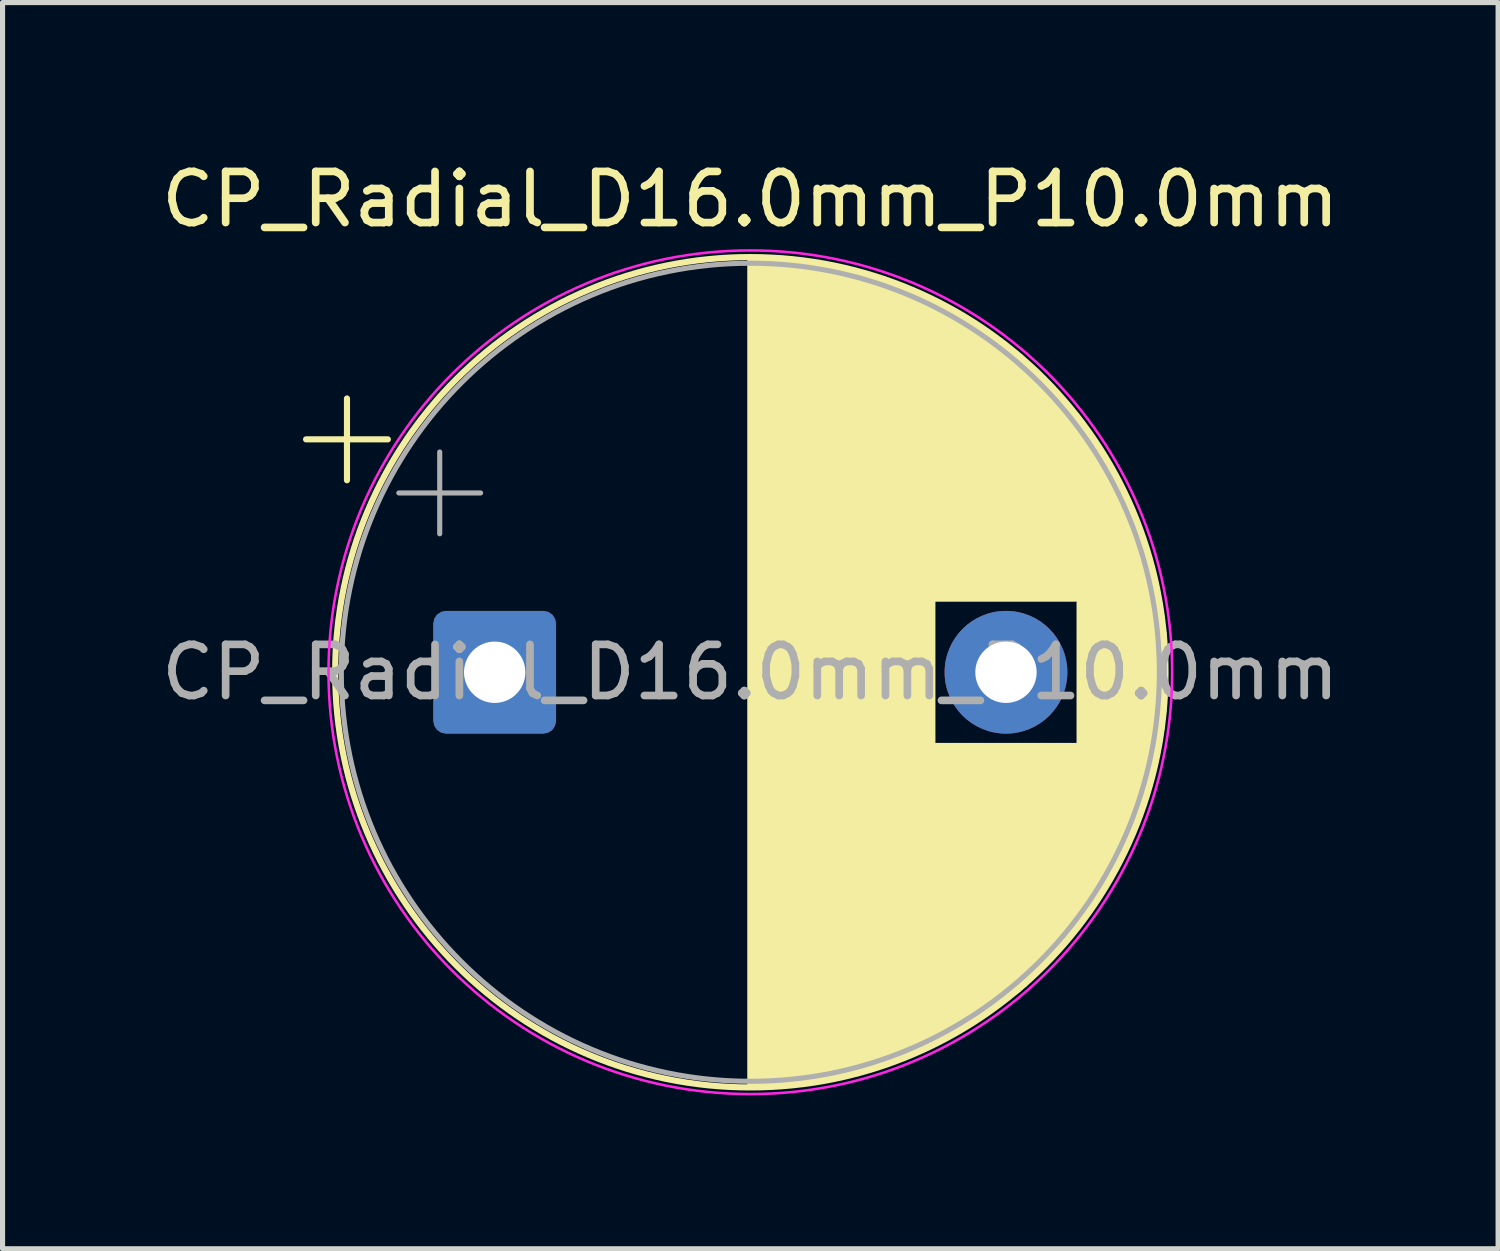
<source format=kicad_pcb>
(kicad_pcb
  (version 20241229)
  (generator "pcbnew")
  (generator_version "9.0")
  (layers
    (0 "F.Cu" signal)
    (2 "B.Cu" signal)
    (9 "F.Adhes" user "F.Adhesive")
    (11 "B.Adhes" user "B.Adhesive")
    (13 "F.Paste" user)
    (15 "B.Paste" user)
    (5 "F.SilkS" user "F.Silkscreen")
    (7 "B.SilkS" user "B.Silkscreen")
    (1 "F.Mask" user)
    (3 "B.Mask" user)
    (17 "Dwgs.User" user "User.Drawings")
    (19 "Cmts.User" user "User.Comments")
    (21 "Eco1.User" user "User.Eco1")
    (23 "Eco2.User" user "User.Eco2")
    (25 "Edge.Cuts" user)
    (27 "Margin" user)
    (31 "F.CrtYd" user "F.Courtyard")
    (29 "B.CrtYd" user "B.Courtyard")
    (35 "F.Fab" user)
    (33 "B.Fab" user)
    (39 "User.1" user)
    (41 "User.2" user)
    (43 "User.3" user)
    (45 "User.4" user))
  (footprint "CP_Radial_D16.0mm_P10.0mm"
    (layer "F.Cu")
    (at 7.875 10.098)
    (property "Reference" "CP_Radial_D16.0mm_P10.0mm" (at 3.75 -9.25 0) (layer "F.SilkS") (effects (font (size 1 1) (thickness 0.15))))
    (attr through_hole)
    (fp_line (start -4.939 -4.555) (end -3.339 -4.555) (stroke (width 0.12) (type solid)) (layer "F.SilkS"))
    (fp_line (start -4.139 -5.355) (end -4.139 -3.755) (stroke (width 0.12) (type solid)) (layer "F.SilkS"))
    (fp_line (start 3.75 -8.08) (end 3.75 8.08) (stroke (width 0.12) (type solid)) (layer "F.SilkS"))
    (fp_line (start 3.79 -8.08) (end 3.79 8.08) (stroke (width 0.12) (type solid)) (layer "F.SilkS"))
    (fp_line (start 3.83 -8.08) (end 3.83 8.08) (stroke (width 0.12) (type solid)) (layer "F.SilkS"))
    (fp_line (start 3.87 -8.079) (end 3.87 8.079) (stroke (width 0.12) (type solid)) (layer "F.SilkS"))
    (fp_line (start 3.91 -8.078) (end 3.91 8.078) (stroke (width 0.12) (type solid)) (layer "F.SilkS"))
    (fp_line (start 3.95 -8.078) (end 3.95 8.078) (stroke (width 0.12) (type solid)) (layer "F.SilkS"))
    (fp_line (start 3.99 -8.076) (end 3.99 8.076) (stroke (width 0.12) (type solid)) (layer "F.SilkS"))
    (fp_line (start 4.03 -8.075) (end 4.03 8.075) (stroke (width 0.12) (type solid)) (layer "F.SilkS"))
    (fp_line (start 4.07 -8.074) (end 4.07 8.074) (stroke (width 0.12) (type solid)) (layer "F.SilkS"))
    (fp_line (start 4.11 -8.072) (end 4.11 8.072) (stroke (width 0.12) (type solid)) (layer "F.SilkS"))
    (fp_line (start 4.15 -8.07) (end 4.15 8.07) (stroke (width 0.12) (type solid)) (layer "F.SilkS"))
    (fp_line (start 4.19 -8.068) (end 4.19 8.068) (stroke (width 0.12) (type solid)) (layer "F.SilkS"))
    (fp_line (start 4.23 -8.066) (end 4.23 8.066) (stroke (width 0.12) (type solid)) (layer "F.SilkS"))
    (fp_line (start 4.27 -8.063) (end 4.27 8.063) (stroke (width 0.12) (type solid)) (layer "F.SilkS"))
    (fp_line (start 4.31 -8.061) (end 4.31 8.061) (stroke (width 0.12) (type solid)) (layer "F.SilkS"))
    (fp_line (start 4.35 -8.058) (end 4.35 8.058) (stroke (width 0.12) (type solid)) (layer "F.SilkS"))
    (fp_line (start 4.39 -8.055) (end 4.39 8.055) (stroke (width 0.12) (type solid)) (layer "F.SilkS"))
    (fp_line (start 4.43 -8.051) (end 4.43 8.051) (stroke (width 0.12) (type solid)) (layer "F.SilkS"))
    (fp_line (start 4.47 -8.048) (end 4.47 8.048) (stroke (width 0.12) (type solid)) (layer "F.SilkS"))
    (fp_line (start 4.51 -8.044) (end 4.51 8.044) (stroke (width 0.12) (type solid)) (layer "F.SilkS"))
    (fp_line (start 4.55 -8.04) (end 4.55 8.04) (stroke (width 0.12) (type solid)) (layer "F.SilkS"))
    (fp_line (start 4.59 -8.036) (end 4.59 8.036) (stroke (width 0.12) (type solid)) (layer "F.SilkS"))
    (fp_line (start 4.63 -8.032) (end 4.63 8.032) (stroke (width 0.12) (type solid)) (layer "F.SilkS"))
    (fp_line (start 4.67 -8.028) (end 4.67 8.028) (stroke (width 0.12) (type solid)) (layer "F.SilkS"))
    (fp_line (start 4.71 -8.023) (end 4.71 8.023) (stroke (width 0.12) (type solid)) (layer "F.SilkS"))
    (fp_line (start 4.75 -8.018) (end 4.75 8.018) (stroke (width 0.12) (type solid)) (layer "F.SilkS"))
    (fp_line (start 4.79 -8.013) (end 4.79 8.013) (stroke (width 0.12) (type solid)) (layer "F.SilkS"))
    (fp_line (start 4.83 -8.008) (end 4.83 8.008) (stroke (width 0.12) (type solid)) (layer "F.SilkS"))
    (fp_line (start 4.87 -8.002) (end 4.87 8.002) (stroke (width 0.12) (type solid)) (layer "F.SilkS"))
    (fp_line (start 4.91 -7.997) (end 4.91 7.997) (stroke (width 0.12) (type solid)) (layer "F.SilkS"))
    (fp_line (start 4.95 -7.991) (end 4.95 7.991) (stroke (width 0.12) (type solid)) (layer "F.SilkS"))
    (fp_line (start 4.99 -7.985) (end 4.99 7.985) (stroke (width 0.12) (type solid)) (layer "F.SilkS"))
    (fp_line (start 5.03 -7.978) (end 5.03 7.978) (stroke (width 0.12) (type solid)) (layer "F.SilkS"))
    (fp_line (start 5.07 -7.972) (end 5.07 7.972) (stroke (width 0.12) (type solid)) (layer "F.SilkS"))
    (fp_line (start 5.11 -7.965) (end 5.11 7.965) (stroke (width 0.12) (type solid)) (layer "F.SilkS"))
    (fp_line (start 5.15 -7.958) (end 5.15 7.958) (stroke (width 0.12) (type solid)) (layer "F.SilkS"))
    (fp_line (start 5.19 -7.951) (end 5.19 7.951) (stroke (width 0.12) (type solid)) (layer "F.SilkS"))
    (fp_line (start 5.23 -7.944) (end 5.23 7.944) (stroke (width 0.12) (type solid)) (layer "F.SilkS"))
    (fp_line (start 5.27 -7.936) (end 5.27 7.936) (stroke (width 0.12) (type solid)) (layer "F.SilkS"))
    (fp_line (start 5.31 -7.929) (end 5.31 7.929) (stroke (width 0.12) (type solid)) (layer "F.SilkS"))
    (fp_line (start 5.35 -7.921) (end 5.35 7.921) (stroke (width 0.12) (type solid)) (layer "F.SilkS"))
    (fp_line (start 5.39 -7.913) (end 5.39 7.913) (stroke (width 0.12) (type solid)) (layer "F.SilkS"))
    (fp_line (start 5.43 -7.904) (end 5.43 7.904) (stroke (width 0.12) (type solid)) (layer "F.SilkS"))
    (fp_line (start 5.47 -7.896) (end 5.47 7.896) (stroke (width 0.12) (type solid)) (layer "F.SilkS"))
    (fp_line (start 5.51 -7.887) (end 5.51 7.887) (stroke (width 0.12) (type solid)) (layer "F.SilkS"))
    (fp_line (start 5.55 -7.878) (end 5.55 7.878) (stroke (width 0.12) (type solid)) (layer "F.SilkS"))
    (fp_line (start 5.59 -7.869) (end 5.59 7.869) (stroke (width 0.12) (type solid)) (layer "F.SilkS"))
    (fp_line (start 5.63 -7.859) (end 5.63 7.859) (stroke (width 0.12) (type solid)) (layer "F.SilkS"))
    (fp_line (start 5.67 -7.85) (end 5.67 7.85) (stroke (width 0.12) (type solid)) (layer "F.SilkS"))
    (fp_line (start 5.71 -7.84) (end 5.71 7.84) (stroke (width 0.12) (type solid)) (layer "F.SilkS"))
    (fp_line (start 5.75 -7.83) (end 5.75 7.83) (stroke (width 0.12) (type solid)) (layer "F.SilkS"))
    (fp_line (start 5.79 -7.82) (end 5.79 7.82) (stroke (width 0.12) (type solid)) (layer "F.SilkS"))
    (fp_line (start 5.83 -7.809) (end 5.83 7.809) (stroke (width 0.12) (type solid)) (layer "F.SilkS"))
    (fp_line (start 5.87 -7.798) (end 5.87 7.798) (stroke (width 0.12) (type solid)) (layer "F.SilkS"))
    (fp_line (start 5.91 -7.787) (end 5.91 7.787) (stroke (width 0.12) (type solid)) (layer "F.SilkS"))
    (fp_line (start 5.95 -7.776) (end 5.95 7.776) (stroke (width 0.12) (type solid)) (layer "F.SilkS"))
    (fp_line (start 5.99 -7.765) (end 5.99 7.765) (stroke (width 0.12) (type solid)) (layer "F.SilkS"))
    (fp_line (start 6.03 -7.753) (end 6.03 7.753) (stroke (width 0.12) (type solid)) (layer "F.SilkS"))
    (fp_line (start 6.07 -7.742) (end 6.07 7.77) (stroke (width 0.12) (type solid)) (layer "F.SilkS"))
    (fp_line (start 6.11 -7.729) (end 6.11 7.75) (stroke (width 0.12) (type solid)) (layer "F.SilkS"))
    (fp_line (start 6.15 -7.717) (end 6.15 7.74) (stroke (width 0.12) (type solid)) (layer "F.SilkS"))
    (fp_line (start 6.19 -7.705) (end 6.19 7.73) (stroke (width 0.12) (type solid)) (layer "F.SilkS"))
    (fp_line (start 6.23 -7.692) (end 6.23 7.72) (stroke (width 0.12) (type solid)) (layer "F.SilkS"))
    (fp_line (start 6.27 -7.679) (end 6.27 7.7) (stroke (width 0.12) (type solid)) (layer "F.SilkS"))
    (fp_line (start 6.31 -7.666) (end 6.31 7.69) (stroke (width 0.12) (type solid)) (layer "F.SilkS"))
    (fp_line (start 6.35 -7.652) (end 6.35 7.68) (stroke (width 0.12) (type solid)) (layer "F.SilkS"))
    (fp_line (start 6.39 -7.639) (end 6.39 7.66) (stroke (width 0.12) (type solid)) (layer "F.SilkS"))
    (fp_line (start 6.43 -7.625) (end 6.43 7.65) (stroke (width 0.12) (type solid)) (layer "F.SilkS"))
    (fp_line (start 6.47 -7.611) (end 6.47 7.64) (stroke (width 0.12) (type solid)) (layer "F.SilkS"))
    (fp_line (start 6.51 -7.597) (end 6.51 7.62) (stroke (width 0.12) (type solid)) (layer "F.SilkS"))
    (fp_line (start 6.55 -7.582) (end 6.55 7.6) (stroke (width 0.12) (type solid)) (layer "F.SilkS"))
    (fp_line (start 6.59 -7.567) (end 6.59 7.59) (stroke (width 0.12) (type solid)) (layer "F.SilkS"))
    (fp_line (start 6.63 -7.552) (end 6.63 7.57) (stroke (width 0.12) (type solid)) (layer "F.SilkS"))
    (fp_line (start 6.67 -7.537) (end 6.67 7.56) (stroke (width 0.12) (type solid)) (layer "F.SilkS"))
    (fp_line (start 6.71 -7.521) (end 6.71 7.54) (stroke (width 0.12) (type solid)) (layer "F.SilkS"))
    (fp_line (start 6.75 -7.505) (end 6.75 7.53) (stroke (width 0.12) (type solid)) (layer "F.SilkS"))
    (fp_line (start 6.79 -7.489) (end 6.79 7.51) (stroke (width 0.12) (type solid)) (layer "F.SilkS"))
    (fp_line (start 6.83 -7.473) (end 6.83 7.5) (stroke (width 0.12) (type solid)) (layer "F.SilkS"))
    (fp_line (start 6.87 -7.457) (end 6.87 7.47) (stroke (width 0.12) (type solid)) (layer "F.SilkS"))
    (fp_line (start 6.91 -7.44) (end 6.91 7.46) (stroke (width 0.12) (type solid)) (layer "F.SilkS"))
    (fp_line (start 6.95 -7.423) (end 6.95 7.44) (stroke (width 0.12) (type solid)) (layer "F.SilkS"))
    (fp_line (start 6.99 -7.406) (end 6.99 7.43) (stroke (width 0.12) (type solid)) (layer "F.SilkS"))
    (fp_line (start 7.03 -7.388) (end 7.03 7.41) (stroke (width 0.12) (type solid)) (layer "F.SilkS"))
    (fp_line (start 7.07 -7.37) (end 7.07 7.39) (stroke (width 0.12) (type solid)) (layer "F.SilkS"))
    (fp_line (start 7.11 -7.352) (end 7.11 7.36) (stroke (width 0.12) (type solid)) (layer "F.SilkS"))
    (fp_line (start 7.15 -7.334) (end 7.15 7.36) (stroke (width 0.12) (type solid)) (layer "F.SilkS"))
    (fp_line (start 7.19 -7.315) (end 7.19 7.34) (stroke (width 0.12) (type solid)) (layer "F.SilkS"))
    (fp_line (start 7.23 -7.296) (end 7.23 7.32) (stroke (width 0.12) (type solid)) (layer "F.SilkS"))
    (fp_line (start 7.27 -7.277) (end 7.27 7.3) (stroke (width 0.12) (type solid)) (layer "F.SilkS"))
    (fp_line (start 7.31 -7.258) (end 7.31 7.29) (stroke (width 0.12) (type solid)) (layer "F.SilkS"))
    (fp_line (start 7.35 -7.238) (end 7.35 -1.44) (stroke (width 0.12) (type solid)) (layer "F.SilkS"))
    (fp_line (start 7.39 -7.218) (end 7.39 -1.44) (stroke (width 0.12) (type solid)) (layer "F.SilkS"))
    (fp_line (start 7.39 1.44) (end 7.39 7.218) (stroke (width 0.12) (type solid)) (layer "F.SilkS"))
    (fp_line (start 7.43 -7.198) (end 7.43 -1.44) (stroke (width 0.12) (type solid)) (layer "F.SilkS"))
    (fp_line (start 7.43 1.44) (end 7.43 7.198) (stroke (width 0.12) (type solid)) (layer "F.SilkS"))
    (fp_line (start 7.47 -7.178) (end 7.47 -1.44) (stroke (width 0.12) (type solid)) (layer "F.SilkS"))
    (fp_line (start 7.47 1.44) (end 7.47 7.178) (stroke (width 0.12) (type solid)) (layer "F.SilkS"))
    (fp_line (start 7.51 -7.157) (end 7.51 -1.44) (stroke (width 0.12) (type solid)) (layer "F.SilkS"))
    (fp_line (start 7.51 1.44) (end 7.51 7.157) (stroke (width 0.12) (type solid)) (layer "F.SilkS"))
    (fp_line (start 7.55 -7.136) (end 7.55 -1.44) (stroke (width 0.12) (type solid)) (layer "F.SilkS"))
    (fp_line (start 7.55 1.44) (end 7.55 7.136) (stroke (width 0.12) (type solid)) (layer "F.SilkS"))
    (fp_line (start 7.59 -7.115) (end 7.59 -1.44) (stroke (width 0.12) (type solid)) (layer "F.SilkS"))
    (fp_line (start 7.59 1.44) (end 7.59 7.115) (stroke (width 0.12) (type solid)) (layer "F.SilkS"))
    (fp_line (start 7.63 -7.093) (end 7.63 -1.44) (stroke (width 0.12) (type solid)) (layer "F.SilkS"))
    (fp_line (start 7.63 1.44) (end 7.63 7.093) (stroke (width 0.12) (type solid)) (layer "F.SilkS"))
    (fp_line (start 7.67 -7.071) (end 7.67 -1.44) (stroke (width 0.12) (type solid)) (layer "F.SilkS"))
    (fp_line (start 7.67 1.44) (end 7.67 7.071) (stroke (width 0.12) (type solid)) (layer "F.SilkS"))
    (fp_line (start 7.71 -7.049) (end 7.71 -1.44) (stroke (width 0.12) (type solid)) (layer "F.SilkS"))
    (fp_line (start 7.71 1.44) (end 7.71 7.049) (stroke (width 0.12) (type solid)) (layer "F.SilkS"))
    (fp_line (start 7.75 -7.026) (end 7.75 -1.44) (stroke (width 0.12) (type solid)) (layer "F.SilkS"))
    (fp_line (start 7.75 1.44) (end 7.75 7.026) (stroke (width 0.12) (type solid)) (layer "F.SilkS"))
    (fp_line (start 7.79 -7.004) (end 7.79 -1.44) (stroke (width 0.12) (type solid)) (layer "F.SilkS"))
    (fp_line (start 7.79 1.44) (end 7.79 7.004) (stroke (width 0.12) (type solid)) (layer "F.SilkS"))
    (fp_line (start 7.83 -6.981) (end 7.83 -1.44) (stroke (width 0.12) (type solid)) (layer "F.SilkS"))
    (fp_line (start 7.83 1.44) (end 7.83 6.981) (stroke (width 0.12) (type solid)) (layer "F.SilkS"))
    (fp_line (start 7.87 -6.957) (end 7.87 -1.44) (stroke (width 0.12) (type solid)) (layer "F.SilkS"))
    (fp_line (start 7.87 1.44) (end 7.87 6.957) (stroke (width 0.12) (type solid)) (layer "F.SilkS"))
    (fp_line (start 7.91 -6.933) (end 7.91 -1.44) (stroke (width 0.12) (type solid)) (layer "F.SilkS"))
    (fp_line (start 7.91 1.44) (end 7.91 6.933) (stroke (width 0.12) (type solid)) (layer "F.SilkS"))
    (fp_line (start 7.95 -6.909) (end 7.95 -1.44) (stroke (width 0.12) (type solid)) (layer "F.SilkS"))
    (fp_line (start 7.95 1.44) (end 7.95 6.909) (stroke (width 0.12) (type solid)) (layer "F.SilkS"))
    (fp_line (start 7.99 -6.885) (end 7.99 -1.44) (stroke (width 0.12) (type solid)) (layer "F.SilkS"))
    (fp_line (start 7.99 1.44) (end 7.99 6.885) (stroke (width 0.12) (type solid)) (layer "F.SilkS"))
    (fp_line (start 8.03 -6.86) (end 8.03 -1.44) (stroke (width 0.12) (type solid)) (layer "F.SilkS"))
    (fp_line (start 8.03 1.44) (end 8.03 6.86) (stroke (width 0.12) (type solid)) (layer "F.SilkS"))
    (fp_line (start 8.07 -6.835) (end 8.07 -1.44) (stroke (width 0.12) (type solid)) (layer "F.SilkS"))
    (fp_line (start 8.07 1.44) (end 8.07 6.835) (stroke (width 0.12) (type solid)) (layer "F.SilkS"))
    (fp_line (start 8.11 -6.81) (end 8.11 -1.44) (stroke (width 0.12) (type solid)) (layer "F.SilkS"))
    (fp_line (start 8.11 1.44) (end 8.11 6.81) (stroke (width 0.12) (type solid)) (layer "F.SilkS"))
    (fp_line (start 8.15 -6.785) (end 8.15 -1.44) (stroke (width 0.12) (type solid)) (layer "F.SilkS"))
    (fp_line (start 8.15 1.44) (end 8.15 6.785) (stroke (width 0.12) (type solid)) (layer "F.SilkS"))
    (fp_line (start 8.19 -6.759) (end 8.19 -1.44) (stroke (width 0.12) (type solid)) (layer "F.SilkS"))
    (fp_line (start 8.19 1.44) (end 8.19 6.759) (stroke (width 0.12) (type solid)) (layer "F.SilkS"))
    (fp_line (start 8.23 -6.732) (end 8.23 -1.44) (stroke (width 0.12) (type solid)) (layer "F.SilkS"))
    (fp_line (start 8.23 1.44) (end 8.23 6.732) (stroke (width 0.12) (type solid)) (layer "F.SilkS"))
    (fp_line (start 8.27 -6.706) (end 8.27 -1.44) (stroke (width 0.12) (type solid)) (layer "F.SilkS"))
    (fp_line (start 8.27 1.44) (end 8.27 6.706) (stroke (width 0.12) (type solid)) (layer "F.SilkS"))
    (fp_line (start 8.31 -6.679) (end 8.31 -1.44) (stroke (width 0.12) (type solid)) (layer "F.SilkS"))
    (fp_line (start 8.31 1.44) (end 8.31 6.679) (stroke (width 0.12) (type solid)) (layer "F.SilkS"))
    (fp_line (start 8.35 -6.651) (end 8.35 -1.44) (stroke (width 0.12) (type solid)) (layer "F.SilkS"))
    (fp_line (start 8.35 1.44) (end 8.35 6.651) (stroke (width 0.12) (type solid)) (layer "F.SilkS"))
    (fp_line (start 8.39 -6.624) (end 8.39 -1.44) (stroke (width 0.12) (type solid)) (layer "F.SilkS"))
    (fp_line (start 8.39 1.44) (end 8.39 6.624) (stroke (width 0.12) (type solid)) (layer "F.SilkS"))
    (fp_line (start 8.43 -6.596) (end 8.43 -1.44) (stroke (width 0.12) (type solid)) (layer "F.SilkS"))
    (fp_line (start 8.43 1.44) (end 8.43 6.596) (stroke (width 0.12) (type solid)) (layer "F.SilkS"))
    (fp_line (start 8.47 -6.567) (end 8.47 -1.44) (stroke (width 0.12) (type solid)) (layer "F.SilkS"))
    (fp_line (start 8.47 1.44) (end 8.47 6.567) (stroke (width 0.12) (type solid)) (layer "F.SilkS"))
    (fp_line (start 8.51 -6.539) (end 8.51 -1.44) (stroke (width 0.12) (type solid)) (layer "F.SilkS"))
    (fp_line (start 8.51 1.44) (end 8.51 6.539) (stroke (width 0.12) (type solid)) (layer "F.SilkS"))
    (fp_line (start 8.55 -6.509) (end 8.55 -1.44) (stroke (width 0.12) (type solid)) (layer "F.SilkS"))
    (fp_line (start 8.55 1.44) (end 8.55 6.509) (stroke (width 0.12) (type solid)) (layer "F.SilkS"))
    (fp_line (start 8.59 -6.48) (end 8.59 -1.44) (stroke (width 0.12) (type solid)) (layer "F.SilkS"))
    (fp_line (start 8.59 1.44) (end 8.59 6.48) (stroke (width 0.12) (type solid)) (layer "F.SilkS"))
    (fp_line (start 8.63 -6.45) (end 8.63 -1.44) (stroke (width 0.12) (type solid)) (layer "F.SilkS"))
    (fp_line (start 8.63 1.44) (end 8.63 6.45) (stroke (width 0.12) (type solid)) (layer "F.SilkS"))
    (fp_line (start 8.67 -6.42) (end 8.67 -1.44) (stroke (width 0.12) (type solid)) (layer "F.SilkS"))
    (fp_line (start 8.67 1.44) (end 8.67 6.42) (stroke (width 0.12) (type solid)) (layer "F.SilkS"))
    (fp_line (start 8.71 -6.389) (end 8.71 -1.44) (stroke (width 0.12) (type solid)) (layer "F.SilkS"))
    (fp_line (start 8.71 1.44) (end 8.71 6.389) (stroke (width 0.12) (type solid)) (layer "F.SilkS"))
    (fp_line (start 8.75 -6.358) (end 8.75 -1.44) (stroke (width 0.12) (type solid)) (layer "F.SilkS"))
    (fp_line (start 8.75 1.44) (end 8.75 6.358) (stroke (width 0.12) (type solid)) (layer "F.SilkS"))
    (fp_line (start 8.79 -6.327) (end 8.79 -1.44) (stroke (width 0.12) (type solid)) (layer "F.SilkS"))
    (fp_line (start 8.79 1.44) (end 8.79 6.327) (stroke (width 0.12) (type solid)) (layer "F.SilkS"))
    (fp_line (start 8.83 -6.295) (end 8.83 -1.44) (stroke (width 0.12) (type solid)) (layer "F.SilkS"))
    (fp_line (start 8.83 1.44) (end 8.83 6.295) (stroke (width 0.12) (type solid)) (layer "F.SilkS"))
    (fp_line (start 8.87 -6.262) (end 8.87 -1.44) (stroke (width 0.12) (type solid)) (layer "F.SilkS"))
    (fp_line (start 8.87 1.44) (end 8.87 6.262) (stroke (width 0.12) (type solid)) (layer "F.SilkS"))
    (fp_line (start 8.91 -6.23) (end 8.91 -1.44) (stroke (width 0.12) (type solid)) (layer "F.SilkS"))
    (fp_line (start 8.91 1.44) (end 8.91 6.23) (stroke (width 0.12) (type solid)) (layer "F.SilkS"))
    (fp_line (start 8.95 -6.23) (end 8.95 -1.44) (stroke (width 0.12) (type solid)) (layer "F.SilkS"))
    (fp_line (start 8.95 1.44) (end 8.95 6.23) (stroke (width 0.12) (type solid)) (layer "F.SilkS"))
    (fp_line (start 8.99 -6.19) (end 8.99 -1.44) (stroke (width 0.12) (type solid)) (layer "F.SilkS"))
    (fp_line (start 8.99 1.44) (end 8.99 6.203) (stroke (width 0.12) (type solid)) (layer "F.SilkS"))
    (fp_line (start 9.03 -6.169) (end 9.03 -1.44) (stroke (width 0.12) (type solid)) (layer "F.SilkS"))
    (fp_line (start 9.03 1.44) (end 9.03 6.16) (stroke (width 0.12) (type solid)) (layer "F.SilkS"))
    (fp_line (start 9.07 -6.12) (end 9.07 -1.44) (stroke (width 0.12) (type solid)) (layer "F.SilkS"))
    (fp_line (start 9.07 1.44) (end 9.07 6.12) (stroke (width 0.12) (type solid)) (layer "F.SilkS"))
    (fp_line (start 9.11 -6.08) (end 9.11 -1.44) (stroke (width 0.12) (type solid)) (layer "F.SilkS"))
    (fp_line (start 9.11 1.44) (end 9.11 6.1) (stroke (width 0.12) (type solid)) (layer "F.SilkS"))
    (fp_line (start 9.15 -6.05) (end 9.15 -1.44) (stroke (width 0.12) (type solid)) (layer "F.SilkS"))
    (fp_line (start 9.15 1.44) (end 9.15 6.05) (stroke (width 0.12) (type solid)) (layer "F.SilkS"))
    (fp_line (start 9.19 -6.01) (end 9.19 -1.44) (stroke (width 0.12) (type solid)) (layer "F.SilkS"))
    (fp_line (start 9.19 1.44) (end 9.19 6.02) (stroke (width 0.12) (type solid)) (layer "F.SilkS"))
    (fp_line (start 9.23 -5.98) (end 9.23 -1.44) (stroke (width 0.12) (type solid)) (layer "F.SilkS"))
    (fp_line (start 9.23 1.44) (end 9.23 5.98) (stroke (width 0.12) (type solid)) (layer "F.SilkS"))
    (fp_line (start 9.27 -5.95) (end 9.27 -1.44) (stroke (width 0.12) (type solid)) (layer "F.SilkS"))
    (fp_line (start 9.27 1.44) (end 9.27 5.94) (stroke (width 0.12) (type solid)) (layer "F.SilkS"))
    (fp_line (start 9.31 -5.91) (end 9.31 -1.44) (stroke (width 0.12) (type solid)) (layer "F.SilkS"))
    (fp_line (start 9.31 1.44) (end 9.31 5.91) (stroke (width 0.12) (type solid)) (layer "F.SilkS"))
    (fp_line (start 9.35 -5.87) (end 9.35 -1.44) (stroke (width 0.12) (type solid)) (layer "F.SilkS"))
    (fp_line (start 9.35 1.44) (end 9.35 5.87) (stroke (width 0.12) (type solid)) (layer "F.SilkS"))
    (fp_line (start 9.39 -5.83) (end 9.39 -1.44) (stroke (width 0.12) (type solid)) (layer "F.SilkS"))
    (fp_line (start 9.39 1.44) (end 9.39 5.83) (stroke (width 0.12) (type solid)) (layer "F.SilkS"))
    (fp_line (start 9.43 -5.79) (end 9.43 -1.44) (stroke (width 0.12) (type solid)) (layer "F.SilkS"))
    (fp_line (start 9.43 1.44) (end 9.43 5.79) (stroke (width 0.12) (type solid)) (layer "F.SilkS"))
    (fp_line (start 9.47 -5.75) (end 9.47 -1.44) (stroke (width 0.12) (type solid)) (layer "F.SilkS"))
    (fp_line (start 9.47 1.44) (end 9.47 5.75) (stroke (width 0.12) (type solid)) (layer "F.SilkS"))
    (fp_line (start 9.51 -5.71) (end 9.51 -1.44) (stroke (width 0.12) (type solid)) (layer "F.SilkS"))
    (fp_line (start 9.51 1.44) (end 9.51 5.71) (stroke (width 0.12) (type solid)) (layer "F.SilkS"))
    (fp_line (start 9.55 -5.67) (end 9.55 -1.44) (stroke (width 0.12) (type solid)) (layer "F.SilkS"))
    (fp_line (start 9.55 1.44) (end 9.55 5.67) (stroke (width 0.12) (type solid)) (layer "F.SilkS"))
    (fp_line (start 9.59 -5.63) (end 9.59 -1.44) (stroke (width 0.12) (type solid)) (layer "F.SilkS"))
    (fp_line (start 9.59 1.44) (end 9.59 5.63) (stroke (width 0.12) (type solid)) (layer "F.SilkS"))
    (fp_line (start 9.63 -5.59) (end 9.63 -1.44) (stroke (width 0.12) (type solid)) (layer "F.SilkS"))
    (fp_line (start 9.63 1.44) (end 9.63 5.59) (stroke (width 0.12) (type solid)) (layer "F.SilkS"))
    (fp_line (start 9.67 -5.55) (end 9.67 -1.44) (stroke (width 0.12) (type solid)) (layer "F.SilkS"))
    (fp_line (start 9.67 1.44) (end 9.67 5.54) (stroke (width 0.12) (type solid)) (layer "F.SilkS"))
    (fp_line (start 9.71 -5.5) (end 9.71 -1.44) (stroke (width 0.12) (type solid)) (layer "F.SilkS"))
    (fp_line (start 9.71 1.44) (end 9.71 5.5) (stroke (width 0.12) (type solid)) (layer "F.SilkS"))
    (fp_line (start 9.75 -5.46) (end 9.75 -1.44) (stroke (width 0.12) (type solid)) (layer "F.SilkS"))
    (fp_line (start 9.75 1.44) (end 9.75 5.45) (stroke (width 0.12) (type solid)) (layer "F.SilkS"))
    (fp_line (start 9.79 -5.41) (end 9.79 -1.44) (stroke (width 0.12) (type solid)) (layer "F.SilkS"))
    (fp_line (start 9.79 1.44) (end 9.79 5.41) (stroke (width 0.12) (type solid)) (layer "F.SilkS"))
    (fp_line (start 9.83 -5.36) (end 9.83 -1.44) (stroke (width 0.12) (type solid)) (layer "F.SilkS"))
    (fp_line (start 9.83 1.44) (end 9.83 5.37) (stroke (width 0.12) (type solid)) (layer "F.SilkS"))
    (fp_line (start 9.87 -5.32) (end 9.87 -1.44) (stroke (width 0.12) (type solid)) (layer "F.SilkS"))
    (fp_line (start 9.87 1.44) (end 9.87 5.32) (stroke (width 0.12) (type solid)) (layer "F.SilkS"))
    (fp_line (start 9.91 -5.27) (end 9.91 -1.44) (stroke (width 0.12) (type solid)) (layer "F.SilkS"))
    (fp_line (start 9.91 1.44) (end 9.91 5.27) (stroke (width 0.12) (type solid)) (layer "F.SilkS"))
    (fp_line (start 9.95 -5.23) (end 9.95 -1.44) (stroke (width 0.12) (type solid)) (layer "F.SilkS"))
    (fp_line (start 9.95 1.44) (end 9.95 5.22) (stroke (width 0.12) (type solid)) (layer "F.SilkS"))
    (fp_line (start 9.99 -5.17) (end 9.99 -1.44) (stroke (width 0.12) (type solid)) (layer "F.SilkS"))
    (fp_line (start 9.99 1.44) (end 9.99 5.18) (stroke (width 0.12) (type solid)) (layer "F.SilkS"))
    (fp_line (start 10.03 -5.13) (end 10.03 -1.44) (stroke (width 0.12) (type solid)) (layer "F.SilkS"))
    (fp_line (start 10.03 1.44) (end 10.03 5.13) (stroke (width 0.12) (type solid)) (layer "F.SilkS"))
    (fp_line (start 10.07 -5.07) (end 10.07 -1.44) (stroke (width 0.12) (type solid)) (layer "F.SilkS"))
    (fp_line (start 10.07 1.44) (end 10.07 5.08) (stroke (width 0.12) (type solid)) (layer "F.SilkS"))
    (fp_line (start 10.11 -5.03) (end 10.11 -1.44) (stroke (width 0.12) (type solid)) (layer "F.SilkS"))
    (fp_line (start 10.11 1.44) (end 10.11 5.02) (stroke (width 0.12) (type solid)) (layer "F.SilkS"))
    (fp_line (start 10.19 -4.906) (end 10.19 4.906) (stroke (width 0.12) (type solid)) (layer "F.SilkS"))
    (fp_line (start 10.23 -4.853) (end 10.23 4.853) (stroke (width 0.12) (type solid)) (layer "F.SilkS"))
    (fp_line (start 10.27 -4.8) (end 10.27 4.8) (stroke (width 0.12) (type solid)) (layer "F.SilkS"))
    (fp_line (start 10.31 -4.745) (end 10.31 4.745) (stroke (width 0.12) (type solid)) (layer "F.SilkS"))
    (fp_line (start 10.35 -4.69) (end 10.35 4.69) (stroke (width 0.12) (type solid)) (layer "F.SilkS"))
    (fp_line (start 10.39 -4.634) (end 10.39 4.634) (stroke (width 0.12) (type solid)) (layer "F.SilkS"))
    (fp_line (start 10.43 -4.576) (end 10.43 4.576) (stroke (width 0.12) (type solid)) (layer "F.SilkS"))
    (fp_line (start 10.47 -4.518) (end 10.47 4.518) (stroke (width 0.12) (type solid)) (layer "F.SilkS"))
    (fp_line (start 10.51 -4.459) (end 10.51 4.459) (stroke (width 0.12) (type solid)) (layer "F.SilkS"))
    (fp_line (start 10.55 -4.398) (end 10.55 4.398) (stroke (width 0.12) (type solid)) (layer "F.SilkS"))
    (fp_line (start 10.59 -4.336) (end 10.59 4.336) (stroke (width 0.12) (type solid)) (layer "F.SilkS"))
    (fp_line (start 10.63 -4.273) (end 10.63 4.273) (stroke (width 0.12) (type solid)) (layer "F.SilkS"))
    (fp_line (start 10.67 -4.208) (end 10.67 4.208) (stroke (width 0.12) (type solid)) (layer "F.SilkS"))
    (fp_line (start 10.71 -4.142) (end 10.71 4.142) (stroke (width 0.12) (type solid)) (layer "F.SilkS"))
    (fp_line (start 10.75 -4.075) (end 10.75 4.075) (stroke (width 0.12) (type solid)) (layer "F.SilkS"))
    (fp_line (start 10.79 -4.006) (end 10.79 4.006) (stroke (width 0.12) (type solid)) (layer "F.SilkS"))
    (fp_line (start 10.83 -3.936) (end 10.83 3.936) (stroke (width 0.12) (type solid)) (layer "F.SilkS"))
    (fp_line (start 10.87 -3.864) (end 10.87 3.864) (stroke (width 0.12) (type solid)) (layer "F.SilkS"))
    (fp_line (start 10.91 -3.79) (end 10.91 3.79) (stroke (width 0.12) (type solid)) (layer "F.SilkS"))
    (fp_line (start 10.95 -3.714) (end 10.95 3.714) (stroke (width 0.12) (type solid)) (layer "F.SilkS"))
    (fp_line (start 10.99 -3.637) (end 10.99 3.637) (stroke (width 0.12) (type solid)) (layer "F.SilkS"))
    (fp_line (start 11.03 -3.557) (end 11.03 3.557) (stroke (width 0.12) (type solid)) (layer "F.SilkS"))
    (fp_line (start 11.07 -3.475) (end 11.07 3.475) (stroke (width 0.12) (type solid)) (layer "F.SilkS"))
    (fp_line (start 11.11 -3.39) (end 11.11 3.39) (stroke (width 0.12) (type solid)) (layer "F.SilkS"))
    (fp_line (start 11.15 -3.303) (end 11.15 3.303) (stroke (width 0.12) (type solid)) (layer "F.SilkS"))
    (fp_line (start 11.19 -3.213) (end 11.19 3.213) (stroke (width 0.12) (type solid)) (layer "F.SilkS"))
    (fp_line (start 11.23 -3.12) (end 11.23 3.12) (stroke (width 0.12) (type solid)) (layer "F.SilkS"))
    (fp_line (start 11.27 -3.023) (end 11.27 3.023) (stroke (width 0.12) (type solid)) (layer "F.SilkS"))
    (fp_line (start 11.31 -2.923) (end 11.31 2.923) (stroke (width 0.12) (type solid)) (layer "F.SilkS"))
    (fp_line (start 11.35 -2.819) (end 11.35 2.819) (stroke (width 0.12) (type solid)) (layer "F.SilkS"))
    (fp_line (start 11.39 -2.71) (end 11.39 2.71) (stroke (width 0.12) (type solid)) (layer "F.SilkS"))
    (fp_line (start 11.43 -2.597) (end 11.43 2.597) (stroke (width 0.12) (type solid)) (layer "F.SilkS"))
    (fp_line (start 11.47 -2.477) (end 11.47 2.477) (stroke (width 0.12) (type solid)) (layer "F.SilkS"))
    (fp_line (start 11.51 -2.351) (end 11.51 2.351) (stroke (width 0.12) (type solid)) (layer "F.SilkS"))
    (fp_line (start 11.55 -2.217) (end 11.55 2.217) (stroke (width 0.12) (type solid)) (layer "F.SilkS"))
    (fp_line (start 11.59 -2.074) (end 11.59 2.074) (stroke (width 0.12) (type solid)) (layer "F.SilkS"))
    (fp_line (start 11.63 -1.92) (end 11.63 1.92) (stroke (width 0.12) (type solid)) (layer "F.SilkS"))
    (fp_line (start 11.67 -1.751) (end 11.67 1.751) (stroke (width 0.12) (type solid)) (layer "F.SilkS"))
    (fp_line (start 11.71 -1.564) (end 11.71 1.564) (stroke (width 0.12) (type solid)) (layer "F.SilkS"))
    (fp_line (start 11.75 -1.351) (end 11.75 1.351) (stroke (width 0.12) (type solid)) (layer "F.SilkS"))
    (fp_line (start 11.79 -1.097) (end 11.79 1.097) (stroke (width 0.12) (type solid)) (layer "F.SilkS"))
    (fp_line (start 11.83 -0.765) (end 11.83 0.765) (stroke (width 0.12) (type solid)) (layer "F.SilkS"))
    (fp_circle (center 3.75 0) (end 11.87 0) (stroke (width 0.12) (type solid)) (fill no) (layer "F.SilkS"))
    (fp_circle (center 3.75 0) (end 12 0) (stroke (width 0.05) (type solid)) (fill no) (layer "F.CrtYd"))
    (fp_line (start -3.125 -3.507) (end -1.525 -3.507) (stroke (width 0.1) (type solid)) (layer "F.Fab"))
    (fp_line (start -2.325 -4.308) (end -2.325 -2.708) (stroke (width 0.1) (type solid)) (layer "F.Fab"))
    (fp_circle (center 3.75 0) (end 11.75 0) (stroke (width 0.1) (type solid)) (fill no) (layer "F.Fab"))
    (fp_text user "${REFERENCE}" (at 3.75 0 0) (layer "F.Fab") (effects (font (size 1 1) (thickness 0.15))))
    (pad "1" thru_hole roundrect (at -1.25 0) (size 2.4 2.4) (drill 1.2) (layers "*.Cu" "*.Mask") (roundrect_rratio 0.104))
    (pad "2" thru_hole circle (at 8.75 0) (size 2.4 2.4) (drill 1.2) (layers "*.Cu" "*.Mask")))
  (gr_rect
    (start -3 -3)
    (end 26.25 21.373)
    (stroke (width 0.1) (type default))
    (fill no)
    (layer "Edge.Cuts")))
</source>
